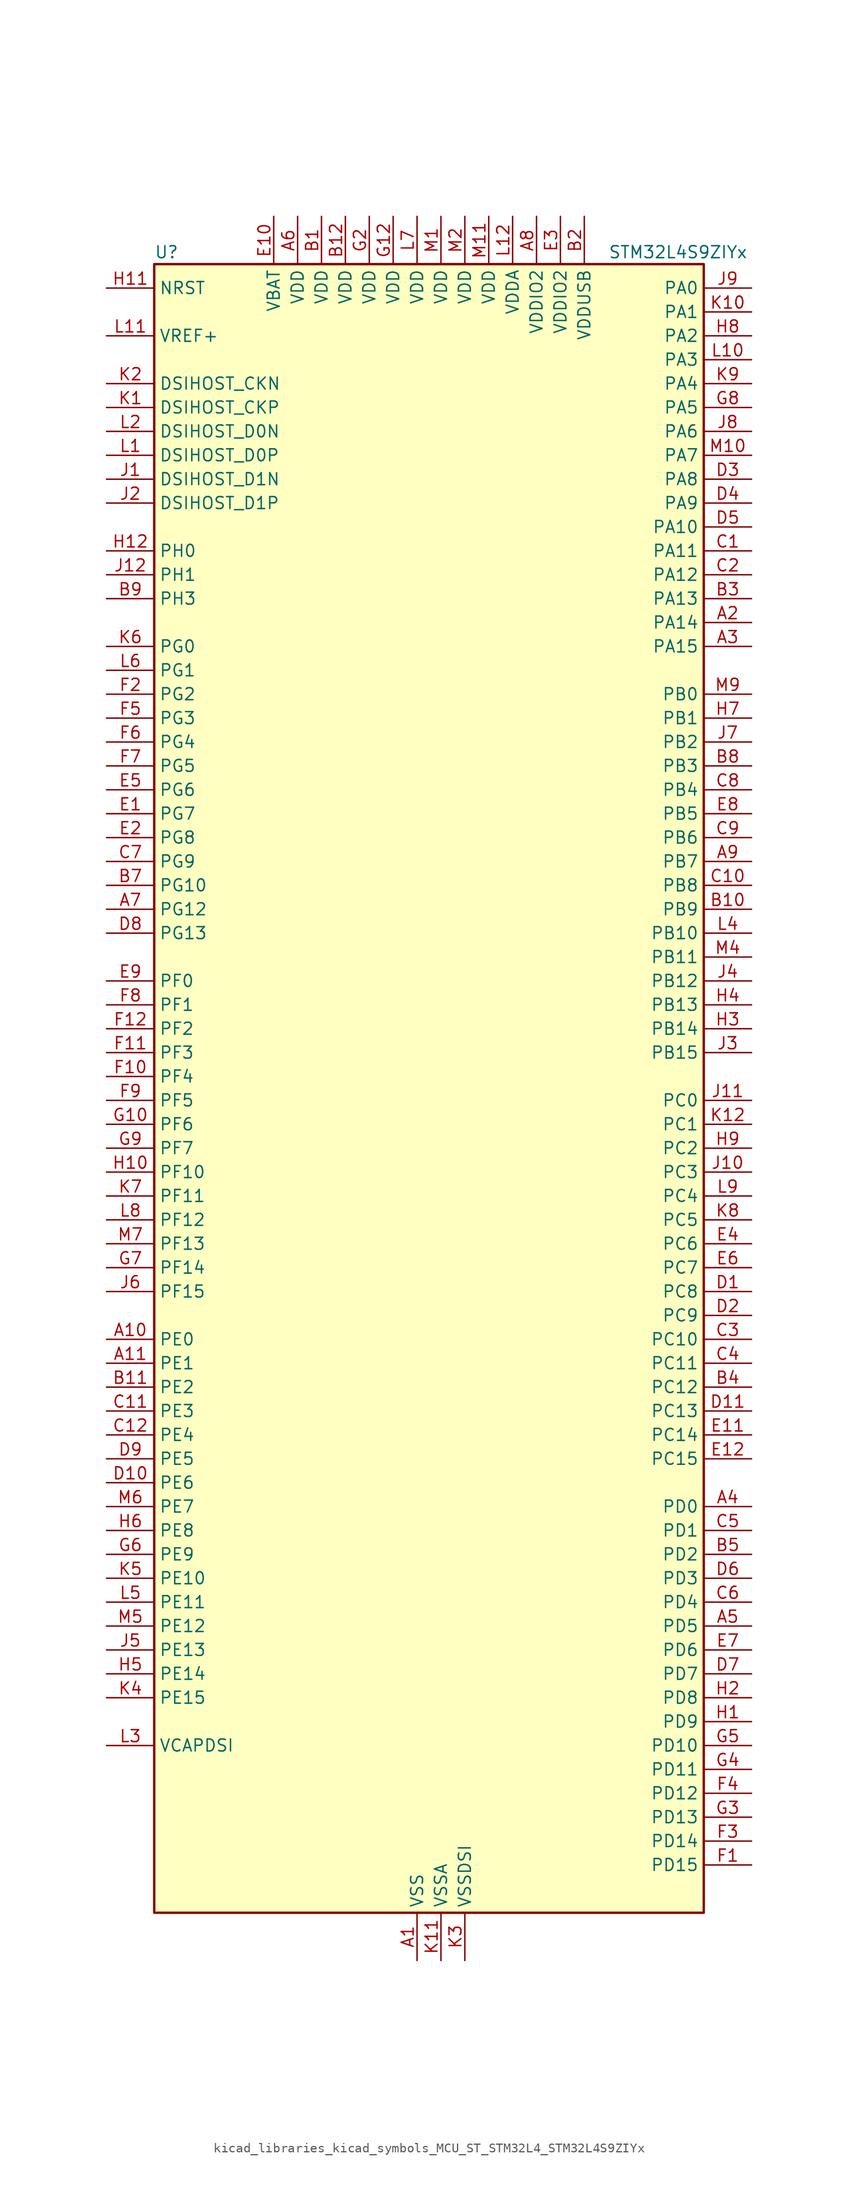
<source format=kicad_sym>
(kicad_symbol_lib
  (version 20220914)
  (generator kicad_symbol_editor)
  (symbol "kicad_libraries_kicad_symbols_MCU_ST_STM32L4_STM32L4S9ZIYx"
    (property "Reference" "U"
      (at -27.94 90.17 0)
      (effects (font (size 1.27 1.27)) (justify left)))
    (property "Value" "STM32L4S9ZIYx"
      (at 20.32 90.17 0)
      (effects (font (size 1.27 1.27)) (justify left)))
    (property "ki_locked" ""
      (at 0 0 0)
      (effects (font (size 1.27 1.27))))
    (symbol "kicad_libraries_kicad_symbols_MCU_ST_STM32L4_STM32L4S9ZIYx_0_1"
      (rectangle (start -27.94 -86.36) (end 30.48 88.9) (stroke (width 0.254) (type default)) (fill (type background))))
    (symbol "kicad_libraries_kicad_symbols_MCU_ST_STM32L4_STM32L4S9ZIYx_1_1"
      (pin power_in line (at 0 -91.44 90) (length 5.08) (name "VSS" (effects (font (size 1.27 1.27)))) (number "A1" (effects (font (size 1.27 1.27)))))
      (pin bidirectional line (at -33.02 -25.4 0) (length 5.08) (name "PE0" (effects (font (size 1.27 1.27)))) (number "A10" (effects (font (size 1.27 1.27)))) (alternate "DCMI_D2" bidirectional line) (alternate "FMC_NBL0" bidirectional line) (alternate "LTDC_HSYNC" bidirectional line) (alternate "TIM16_CH1" bidirectional line) (alternate "TIM4_ETR" bidirectional line))
      (pin bidirectional line (at -33.02 -27.94 0) (length 5.08) (name "PE1" (effects (font (size 1.27 1.27)))) (number "A11" (effects (font (size 1.27 1.27)))) (alternate "DCMI_D3" bidirectional line) (alternate "FMC_NBL1" bidirectional line) (alternate "LTDC_VSYNC" bidirectional line) (alternate "TIM17_CH1" bidirectional line))
      (pin passive line (at 0 -91.44 90) (length 5.08) hide (name "VSS" (effects (font (size 1.27 1.27)))) (number "A12" (effects (font (size 1.27 1.27)))))
      (pin bidirectional line (at 35.56 50.8 180) (length 5.08) (name "PA14" (effects (font (size 1.27 1.27)))) (number "A2" (effects (font (size 1.27 1.27)))) (alternate "I2C1_SMBA" bidirectional line) (alternate "I2C4_SMBA" bidirectional line) (alternate "LPTIM1_OUT" bidirectional line) (alternate "SAI1_FS_B" bidirectional line) (alternate "SYS_JTCK-SWCLK" bidirectional line) (alternate "USB_OTG_FS_SOF" bidirectional line))
      (pin bidirectional line (at 35.56 48.26 180) (length 5.08) (name "PA15" (effects (font (size 1.27 1.27)))) (number "A3" (effects (font (size 1.27 1.27)))) (alternate "ADC1_EXTI15" bidirectional line) (alternate "SAI2_FS_B" bidirectional line) (alternate "SPI1_NSS" bidirectional line) (alternate "SPI3_NSS" bidirectional line) (alternate "SYS_JTDI" bidirectional line) (alternate "TIM2_CH1" bidirectional line) (alternate "TIM2_ETR" bidirectional line) (alternate "TSC_G3_IO1" bidirectional line) (alternate "UART4_DE" bidirectional line) (alternate "UART4_RTS" bidirectional line) (alternate "USART2_RX" bidirectional line) (alternate "USART3_DE" bidirectional line) (alternate "USART3_RTS" bidirectional line))
      (pin bidirectional line (at 35.56 -43.18 180) (length 5.08) (name "PD0" (effects (font (size 1.27 1.27)))) (number "A4" (effects (font (size 1.27 1.27)))) (alternate "CAN1_RX" bidirectional line) (alternate "DFSDM1_DATIN7" bidirectional line) (alternate "FMC_D2" bidirectional line) (alternate "FMC_DA2" bidirectional line) (alternate "LTDC_B4" bidirectional line) (alternate "SPI2_NSS" bidirectional line))
      (pin bidirectional line (at 35.56 -55.88 180) (length 5.08) (name "PD5" (effects (font (size 1.27 1.27)))) (number "A5" (effects (font (size 1.27 1.27)))) (alternate "FMC_NWE" bidirectional line) (alternate "OCTOSPIM_P1_IO5" bidirectional line) (alternate "USART2_TX" bidirectional line))
      (pin power_in line (at -12.7 93.98 270) (length 5.08) (name "VDD" (effects (font (size 1.27 1.27)))) (number "A6" (effects (font (size 1.27 1.27)))))
      (pin bidirectional line (at -33.02 20.32 0) (length 5.08) (name "PG12" (effects (font (size 1.27 1.27)))) (number "A7" (effects (font (size 1.27 1.27)))) (alternate "FMC_NE4" bidirectional line) (alternate "LPTIM1_ETR" bidirectional line) (alternate "OCTOSPIM_P2_NCS" bidirectional line) (alternate "SAI2_SD_A" bidirectional line) (alternate "SPI3_NSS" bidirectional line) (alternate "USART1_DE" bidirectional line) (alternate "USART1_RTS" bidirectional line))
      (pin power_in line (at 12.7 93.98 270) (length 5.08) (name "VDDIO2" (effects (font (size 1.27 1.27)))) (number "A8" (effects (font (size 1.27 1.27)))))
      (pin bidirectional line (at 35.56 25.4 180) (length 5.08) (name "PB7" (effects (font (size 1.27 1.27)))) (number "A9" (effects (font (size 1.27 1.27)))) (alternate "COMP2_INM" bidirectional line) (alternate "DCMI_VSYNC" bidirectional line) (alternate "DFSDM1_CKIN5" bidirectional line) (alternate "DSIHOST_TE" bidirectional line) (alternate "FMC_NL" bidirectional line) (alternate "I2C1_SDA" bidirectional line) (alternate "I2C4_SDA" bidirectional line) (alternate "LPTIM1_IN2" bidirectional line) (alternate "SYS_PVD_IN" bidirectional line) (alternate "TIM17_CH1N" bidirectional line) (alternate "TIM4_CH2" bidirectional line) (alternate "TIM8_BKIN" bidirectional line) (alternate "TSC_G2_IO4" bidirectional line) (alternate "UART4_CTS" bidirectional line) (alternate "USART1_RX" bidirectional line))
      (pin power_in line (at -10.16 93.98 270) (length 5.08) (name "VDD" (effects (font (size 1.27 1.27)))) (number "B1" (effects (font (size 1.27 1.27)))))
      (pin bidirectional line (at 35.56 20.32 180) (length 5.08) (name "PB9" (effects (font (size 1.27 1.27)))) (number "B10" (effects (font (size 1.27 1.27)))) (alternate "CAN1_TX" bidirectional line) (alternate "DAC1_EXTI9" bidirectional line) (alternate "DCMI_D7" bidirectional line) (alternate "DFSDM1_CKIN6" bidirectional line) (alternate "I2C1_SDA" bidirectional line) (alternate "IR_OUT" bidirectional line) (alternate "SAI1_D2" bidirectional line) (alternate "SAI1_FS_A" bidirectional line) (alternate "SDMMC1_CDIR" bidirectional line) (alternate "SDMMC1_D5" bidirectional line) (alternate "SPI2_NSS" bidirectional line) (alternate "TIM17_CH1" bidirectional line) (alternate "TIM4_CH4" bidirectional line))
      (pin bidirectional line (at -33.02 -30.48 0) (length 5.08) (name "PE2" (effects (font (size 1.27 1.27)))) (number "B11" (effects (font (size 1.27 1.27)))) (alternate "FMC_A23" bidirectional line) (alternate "LTDC_R0" bidirectional line) (alternate "SAI1_CK1" bidirectional line) (alternate "SAI1_MCLK_A" bidirectional line) (alternate "SYS_TRACECLK" bidirectional line) (alternate "TIM3_ETR" bidirectional line) (alternate "TSC_G7_IO1" bidirectional line))
      (pin power_in line (at -7.62 93.98 270) (length 5.08) (name "VDD" (effects (font (size 1.27 1.27)))) (number "B12" (effects (font (size 1.27 1.27)))))
      (pin power_in line (at 17.78 93.98 270) (length 5.08) (name "VDDUSB" (effects (font (size 1.27 1.27)))) (number "B2" (effects (font (size 1.27 1.27)))))
      (pin bidirectional line (at 35.56 53.34 180) (length 5.08) (name "PA13" (effects (font (size 1.27 1.27)))) (number "B3" (effects (font (size 1.27 1.27)))) (alternate "IR_OUT" bidirectional line) (alternate "SAI1_SD_B" bidirectional line) (alternate "SYS_JTMS-SWDIO" bidirectional line) (alternate "USB_OTG_FS_NOE" bidirectional line))
      (pin bidirectional line (at 35.56 -30.48 180) (length 5.08) (name "PC12" (effects (font (size 1.27 1.27)))) (number "B4" (effects (font (size 1.27 1.27)))) (alternate "DCMI_D9" bidirectional line) (alternate "SAI2_SD_B" bidirectional line) (alternate "SDMMC1_CK" bidirectional line) (alternate "SPI3_MOSI" bidirectional line) (alternate "SYS_TRACED3" bidirectional line) (alternate "TSC_G3_IO4" bidirectional line) (alternate "UART5_TX" bidirectional line) (alternate "USART3_CK" bidirectional line))
      (pin bidirectional line (at 35.56 -48.26 180) (length 5.08) (name "PD2" (effects (font (size 1.27 1.27)))) (number "B5" (effects (font (size 1.27 1.27)))) (alternate "DCMI_D11" bidirectional line) (alternate "SDMMC1_CMD" bidirectional line) (alternate "SYS_TRACED2" bidirectional line) (alternate "TIM3_ETR" bidirectional line) (alternate "TSC_SYNC" bidirectional line) (alternate "UART5_RX" bidirectional line) (alternate "USART3_DE" bidirectional line) (alternate "USART3_RTS" bidirectional line))
      (pin passive line (at 0 -91.44 90) (length 5.08) hide (name "VSS" (effects (font (size 1.27 1.27)))) (number "B6" (effects (font (size 1.27 1.27)))))
      (pin bidirectional line (at -33.02 22.86 0) (length 5.08) (name "PG10" (effects (font (size 1.27 1.27)))) (number "B7" (effects (font (size 1.27 1.27)))) (alternate "FMC_NE3" bidirectional line) (alternate "LPTIM1_IN1" bidirectional line) (alternate "OCTOSPIM_P2_IO7" bidirectional line) (alternate "SAI2_FS_A" bidirectional line) (alternate "SPI3_MISO" bidirectional line) (alternate "TIM15_CH1" bidirectional line) (alternate "USART1_RX" bidirectional line))
      (pin bidirectional line (at 35.56 35.56 180) (length 5.08) (name "PB3" (effects (font (size 1.27 1.27)))) (number "B8" (effects (font (size 1.27 1.27)))) (alternate "COMP2_INM" bidirectional line) (alternate "CRS_SYNC" bidirectional line) (alternate "SAI1_SCK_B" bidirectional line) (alternate "SPI1_SCK" bidirectional line) (alternate "SPI3_SCK" bidirectional line) (alternate "SYS_JTDO-SWO" bidirectional line) (alternate "TIM2_CH2" bidirectional line) (alternate "USART1_DE" bidirectional line) (alternate "USART1_RTS" bidirectional line))
      (pin bidirectional line (at -33.02 53.34 0) (length 5.08) (name "PH3" (effects (font (size 1.27 1.27)))) (number "B9" (effects (font (size 1.27 1.27)))))
      (pin bidirectional line (at 35.56 58.42 180) (length 5.08) (name "PA11" (effects (font (size 1.27 1.27)))) (number "C1" (effects (font (size 1.27 1.27)))) (alternate "ADC1_EXTI11" bidirectional line) (alternate "CAN1_RX" bidirectional line) (alternate "SPI1_MISO" bidirectional line) (alternate "TIM1_BKIN2" bidirectional line) (alternate "TIM1_CH4" bidirectional line) (alternate "USART1_CTS" bidirectional line) (alternate "USART1_NSS" bidirectional line) (alternate "USB_OTG_FS_DM" bidirectional line))
      (pin bidirectional line (at 35.56 22.86 180) (length 5.08) (name "PB8" (effects (font (size 1.27 1.27)))) (number "C10" (effects (font (size 1.27 1.27)))) (alternate "CAN1_RX" bidirectional line) (alternate "DCMI_D6" bidirectional line) (alternate "DFSDM1_CKOUT" bidirectional line) (alternate "DFSDM1_DATIN6" bidirectional line) (alternate "I2C1_SCL" bidirectional line) (alternate "LTDC_B1" bidirectional line) (alternate "SAI1_CK1" bidirectional line) (alternate "SAI1_MCLK_A" bidirectional line) (alternate "SDMMC1_CKIN" bidirectional line) (alternate "SDMMC1_D4" bidirectional line) (alternate "TIM16_CH1" bidirectional line) (alternate "TIM4_CH3" bidirectional line))
      (pin bidirectional line (at -33.02 -33.02 0) (length 5.08) (name "PE3" (effects (font (size 1.27 1.27)))) (number "C11" (effects (font (size 1.27 1.27)))) (alternate "FMC_A19" bidirectional line) (alternate "LTDC_R1" bidirectional line) (alternate "OCTOSPIM_P1_DQS" bidirectional line) (alternate "SAI1_SD_B" bidirectional line) (alternate "SYS_TRACED0" bidirectional line) (alternate "TIM3_CH1" bidirectional line) (alternate "TSC_G7_IO2" bidirectional line))
      (pin bidirectional line (at -33.02 -35.56 0) (length 5.08) (name "PE4" (effects (font (size 1.27 1.27)))) (number "C12" (effects (font (size 1.27 1.27)))) (alternate "DCMI_D4" bidirectional line) (alternate "DFSDM1_DATIN3" bidirectional line) (alternate "FMC_A20" bidirectional line) (alternate "LTDC_B0" bidirectional line) (alternate "SAI1_D2" bidirectional line) (alternate "SAI1_FS_A" bidirectional line) (alternate "SYS_TRACED1" bidirectional line) (alternate "TIM3_CH2" bidirectional line) (alternate "TSC_G7_IO3" bidirectional line))
      (pin bidirectional line (at 35.56 55.88 180) (length 5.08) (name "PA12" (effects (font (size 1.27 1.27)))) (number "C2" (effects (font (size 1.27 1.27)))) (alternate "CAN1_TX" bidirectional line) (alternate "SPI1_MOSI" bidirectional line) (alternate "TIM1_ETR" bidirectional line) (alternate "USART1_DE" bidirectional line) (alternate "USART1_RTS" bidirectional line) (alternate "USB_OTG_FS_DP" bidirectional line))
      (pin bidirectional line (at 35.56 -25.4 180) (length 5.08) (name "PC10" (effects (font (size 1.27 1.27)))) (number "C3" (effects (font (size 1.27 1.27)))) (alternate "DCMI_D8" bidirectional line) (alternate "SAI2_SCK_B" bidirectional line) (alternate "SDMMC1_D2" bidirectional line) (alternate "SPI3_SCK" bidirectional line) (alternate "SYS_TRACED1" bidirectional line) (alternate "TSC_G3_IO2" bidirectional line) (alternate "UART4_TX" bidirectional line) (alternate "USART3_TX" bidirectional line))
      (pin bidirectional line (at 35.56 -27.94 180) (length 5.08) (name "PC11" (effects (font (size 1.27 1.27)))) (number "C4" (effects (font (size 1.27 1.27)))) (alternate "ADC1_EXTI11" bidirectional line) (alternate "DCMI_D2" bidirectional line) (alternate "DCMI_D4" bidirectional line) (alternate "OCTOSPIM_P1_NCS" bidirectional line) (alternate "SAI2_MCLK_B" bidirectional line) (alternate "SDMMC1_D3" bidirectional line) (alternate "SPI3_MISO" bidirectional line) (alternate "TSC_G3_IO3" bidirectional line) (alternate "UART4_RX" bidirectional line) (alternate "USART3_RX" bidirectional line))
      (pin bidirectional line (at 35.56 -45.72 180) (length 5.08) (name "PD1" (effects (font (size 1.27 1.27)))) (number "C5" (effects (font (size 1.27 1.27)))) (alternate "CAN1_TX" bidirectional line) (alternate "DFSDM1_CKIN7" bidirectional line) (alternate "FMC_D3" bidirectional line) (alternate "FMC_DA3" bidirectional line) (alternate "LTDC_B5" bidirectional line) (alternate "SPI2_SCK" bidirectional line))
      (pin bidirectional line (at 35.56 -53.34 180) (length 5.08) (name "PD4" (effects (font (size 1.27 1.27)))) (number "C6" (effects (font (size 1.27 1.27)))) (alternate "DFSDM1_CKIN0" bidirectional line) (alternate "FMC_NOE" bidirectional line) (alternate "OCTOSPIM_P1_IO4" bidirectional line) (alternate "SPI2_MOSI" bidirectional line) (alternate "USART2_DE" bidirectional line) (alternate "USART2_RTS" bidirectional line))
      (pin bidirectional line (at -33.02 25.4 0) (length 5.08) (name "PG9" (effects (font (size 1.27 1.27)))) (number "C7" (effects (font (size 1.27 1.27)))) (alternate "DAC1_EXTI9" bidirectional line) (alternate "FMC_NCE" bidirectional line) (alternate "FMC_NE2" bidirectional line) (alternate "OCTOSPIM_P2_IO6" bidirectional line) (alternate "SAI2_SCK_A" bidirectional line) (alternate "SPI3_SCK" bidirectional line) (alternate "TIM15_CH1N" bidirectional line) (alternate "USART1_TX" bidirectional line))
      (pin bidirectional line (at 35.56 33.02 180) (length 5.08) (name "PB4" (effects (font (size 1.27 1.27)))) (number "C8" (effects (font (size 1.27 1.27)))) (alternate "COMP2_INP" bidirectional line) (alternate "DCMI_D12" bidirectional line) (alternate "I2C3_SDA" bidirectional line) (alternate "SAI1_MCLK_B" bidirectional line) (alternate "SPI1_MISO" bidirectional line) (alternate "SPI3_MISO" bidirectional line) (alternate "SYS_JTRST" bidirectional line) (alternate "TIM17_BKIN" bidirectional line) (alternate "TIM3_CH1" bidirectional line) (alternate "TSC_G2_IO1" bidirectional line) (alternate "UART5_DE" bidirectional line) (alternate "UART5_RTS" bidirectional line) (alternate "USART1_CTS" bidirectional line) (alternate "USART1_NSS" bidirectional line))
      (pin bidirectional line (at 35.56 27.94 180) (length 5.08) (name "PB6" (effects (font (size 1.27 1.27)))) (number "C9" (effects (font (size 1.27 1.27)))) (alternate "COMP2_INP" bidirectional line) (alternate "DCMI_D5" bidirectional line) (alternate "DFSDM1_DATIN5" bidirectional line) (alternate "I2C1_SCL" bidirectional line) (alternate "I2C4_SCL" bidirectional line) (alternate "LPTIM1_ETR" bidirectional line) (alternate "SAI1_FS_B" bidirectional line) (alternate "TIM16_CH1N" bidirectional line) (alternate "TIM4_CH1" bidirectional line) (alternate "TIM8_BKIN2" bidirectional line) (alternate "TSC_G2_IO3" bidirectional line) (alternate "USART1_TX" bidirectional line))
      (pin bidirectional line (at 35.56 -20.32 180) (length 5.08) (name "PC8" (effects (font (size 1.27 1.27)))) (number "D1" (effects (font (size 1.27 1.27)))) (alternate "DCMI_D2" bidirectional line) (alternate "SDMMC1_D0" bidirectional line) (alternate "TIM3_CH3" bidirectional line) (alternate "TIM8_CH3" bidirectional line) (alternate "TSC_G4_IO3" bidirectional line))
      (pin bidirectional line (at -33.02 -40.64 0) (length 5.08) (name "PE6" (effects (font (size 1.27 1.27)))) (number "D10" (effects (font (size 1.27 1.27)))) (alternate "DCMI_D7" bidirectional line) (alternate "FMC_A22" bidirectional line) (alternate "LTDC_G1" bidirectional line) (alternate "RTC_TAMP3" bidirectional line) (alternate "SAI1_D1" bidirectional line) (alternate "SAI1_SD_A" bidirectional line) (alternate "SYS_TRACED3" bidirectional line) (alternate "SYS_WKUP3" bidirectional line) (alternate "TIM3_CH4" bidirectional line))
      (pin bidirectional line (at 35.56 -33.02 180) (length 5.08) (name "PC13" (effects (font (size 1.27 1.27)))) (number "D11" (effects (font (size 1.27 1.27)))) (alternate "RTC_OUT_ALARM" bidirectional line) (alternate "RTC_OUT_CALIB" bidirectional line) (alternate "RTC_TAMP1" bidirectional line) (alternate "RTC_TS" bidirectional line) (alternate "SYS_WKUP2" bidirectional line))
      (pin passive line (at 0 -91.44 90) (length 5.08) hide (name "VSS" (effects (font (size 1.27 1.27)))) (number "D12" (effects (font (size 1.27 1.27)))))
      (pin bidirectional line (at 35.56 -22.86 180) (length 5.08) (name "PC9" (effects (font (size 1.27 1.27)))) (number "D2" (effects (font (size 1.27 1.27)))) (alternate "DAC1_EXTI9" bidirectional line) (alternate "DCMI_D3" bidirectional line) (alternate "I2C3_SDA" bidirectional line) (alternate "SAI2_EXTCLK" bidirectional line) (alternate "SDMMC1_D1" bidirectional line) (alternate "SYS_TRACED0" bidirectional line) (alternate "TIM3_CH4" bidirectional line) (alternate "TIM8_BKIN2" bidirectional line) (alternate "TIM8_CH4" bidirectional line) (alternate "TSC_G4_IO4" bidirectional line) (alternate "USB_OTG_FS_NOE" bidirectional line))
      (pin bidirectional line (at 35.56 66.04 180) (length 5.08) (name "PA8" (effects (font (size 1.27 1.27)))) (number "D3" (effects (font (size 1.27 1.27)))) (alternate "LPTIM2_OUT" bidirectional line) (alternate "RCC_MCO" bidirectional line) (alternate "SAI1_CK2" bidirectional line) (alternate "SAI1_SCK_A" bidirectional line) (alternate "TIM1_CH1" bidirectional line) (alternate "USART1_CK" bidirectional line) (alternate "USB_OTG_FS_SOF" bidirectional line))
      (pin bidirectional line (at 35.56 63.5 180) (length 5.08) (name "PA9" (effects (font (size 1.27 1.27)))) (number "D4" (effects (font (size 1.27 1.27)))) (alternate "DAC1_EXTI9" bidirectional line) (alternate "DCMI_D0" bidirectional line) (alternate "SAI1_FS_A" bidirectional line) (alternate "SPI2_SCK" bidirectional line) (alternate "TIM15_BKIN" bidirectional line) (alternate "TIM1_CH2" bidirectional line) (alternate "USART1_TX" bidirectional line) (alternate "USB_OTG_FS_VBUS" bidirectional line))
      (pin bidirectional line (at 35.56 60.96 180) (length 5.08) (name "PA10" (effects (font (size 1.27 1.27)))) (number "D5" (effects (font (size 1.27 1.27)))) (alternate "DCMI_D1" bidirectional line) (alternate "SAI1_D1" bidirectional line) (alternate "SAI1_SD_A" bidirectional line) (alternate "TIM17_BKIN" bidirectional line) (alternate "TIM1_CH3" bidirectional line) (alternate "USART1_RX" bidirectional line) (alternate "USB_OTG_FS_ID" bidirectional line))
      (pin bidirectional line (at 35.56 -50.8 180) (length 5.08) (name "PD3" (effects (font (size 1.27 1.27)))) (number "D6" (effects (font (size 1.27 1.27)))) (alternate "DCMI_D5" bidirectional line) (alternate "DFSDM1_DATIN0" bidirectional line) (alternate "FMC_CLK" bidirectional line) (alternate "LTDC_CLK" bidirectional line) (alternate "OCTOSPIM_P2_NCS" bidirectional line) (alternate "SPI2_MISO" bidirectional line) (alternate "SPI2_SCK" bidirectional line) (alternate "USART2_CTS" bidirectional line) (alternate "USART2_NSS" bidirectional line))
      (pin bidirectional line (at 35.56 -60.96 180) (length 5.08) (name "PD7" (effects (font (size 1.27 1.27)))) (number "D7" (effects (font (size 1.27 1.27)))) (alternate "DFSDM1_CKIN1" bidirectional line) (alternate "FMC_NCE" bidirectional line) (alternate "FMC_NE1" bidirectional line) (alternate "OCTOSPIM_P1_IO7" bidirectional line) (alternate "USART2_CK" bidirectional line))
      (pin bidirectional line (at -33.02 17.78 0) (length 5.08) (name "PG13" (effects (font (size 1.27 1.27)))) (number "D8" (effects (font (size 1.27 1.27)))) (alternate "FMC_A24" bidirectional line) (alternate "I2C1_SDA" bidirectional line) (alternate "LTDC_R0" bidirectional line) (alternate "USART1_CK" bidirectional line))
      (pin bidirectional line (at -33.02 -38.1 0) (length 5.08) (name "PE5" (effects (font (size 1.27 1.27)))) (number "D9" (effects (font (size 1.27 1.27)))) (alternate "DCMI_D6" bidirectional line) (alternate "DFSDM1_CKIN3" bidirectional line) (alternate "FMC_A21" bidirectional line) (alternate "LTDC_G0" bidirectional line) (alternate "SAI1_CK2" bidirectional line) (alternate "SAI1_SCK_A" bidirectional line) (alternate "SYS_TRACED2" bidirectional line) (alternate "TIM3_CH3" bidirectional line) (alternate "TSC_G7_IO4" bidirectional line))
      (pin bidirectional line (at -33.02 30.48 0) (length 5.08) (name "PG7" (effects (font (size 1.27 1.27)))) (number "E1" (effects (font (size 1.27 1.27)))) (alternate "DFSDM1_CKOUT" bidirectional line) (alternate "FMC_INT" bidirectional line) (alternate "I2C3_SCL" bidirectional line) (alternate "LPUART1_TX" bidirectional line) (alternate "OCTOSPIM_P2_DQS" bidirectional line) (alternate "SAI1_CK1" bidirectional line) (alternate "SAI1_MCLK_A" bidirectional line))
      (pin power_in line (at -15.24 93.98 270) (length 5.08) (name "VBAT" (effects (font (size 1.27 1.27)))) (number "E10" (effects (font (size 1.27 1.27)))))
      (pin bidirectional line (at 35.56 -35.56 180) (length 5.08) (name "PC14" (effects (font (size 1.27 1.27)))) (number "E11" (effects (font (size 1.27 1.27)))) (alternate "RCC_OSC32_IN" bidirectional line))
      (pin bidirectional line (at 35.56 -38.1 180) (length 5.08) (name "PC15" (effects (font (size 1.27 1.27)))) (number "E12" (effects (font (size 1.27 1.27)))) (alternate "ADC1_EXTI15" bidirectional line) (alternate "RCC_OSC32_OUT" bidirectional line))
      (pin bidirectional line (at -33.02 27.94 0) (length 5.08) (name "PG8" (effects (font (size 1.27 1.27)))) (number "E2" (effects (font (size 1.27 1.27)))) (alternate "I2C3_SDA" bidirectional line) (alternate "LPUART1_RX" bidirectional line))
      (pin power_in line (at 15.24 93.98 270) (length 5.08) (name "VDDIO2" (effects (font (size 1.27 1.27)))) (number "E3" (effects (font (size 1.27 1.27)))))
      (pin bidirectional line (at 35.56 -15.24 180) (length 5.08) (name "PC6" (effects (font (size 1.27 1.27)))) (number "E4" (effects (font (size 1.27 1.27)))) (alternate "DCMI_D0" bidirectional line) (alternate "DFSDM1_CKIN3" bidirectional line) (alternate "LTDC_R0" bidirectional line) (alternate "SAI2_MCLK_A" bidirectional line) (alternate "SDMMC1_D0DIR" bidirectional line) (alternate "SDMMC1_D6" bidirectional line) (alternate "TIM3_CH1" bidirectional line) (alternate "TIM8_CH1" bidirectional line) (alternate "TSC_G4_IO1" bidirectional line))
      (pin bidirectional line (at -33.02 33.02 0) (length 5.08) (name "PG6" (effects (font (size 1.27 1.27)))) (number "E5" (effects (font (size 1.27 1.27)))) (alternate "DSIHOST_TE" bidirectional line) (alternate "I2C3_SMBA" bidirectional line) (alternate "LPUART1_DE" bidirectional line) (alternate "LPUART1_RTS" bidirectional line) (alternate "LTDC_R1" bidirectional line) (alternate "OCTOSPIM_P1_DQS" bidirectional line))
      (pin bidirectional line (at 35.56 -17.78 180) (length 5.08) (name "PC7" (effects (font (size 1.27 1.27)))) (number "E6" (effects (font (size 1.27 1.27)))) (alternate "DCMI_D1" bidirectional line) (alternate "DFSDM1_DATIN3" bidirectional line) (alternate "LTDC_R1" bidirectional line) (alternate "SAI2_MCLK_B" bidirectional line) (alternate "SDMMC1_D123DIR" bidirectional line) (alternate "SDMMC1_D7" bidirectional line) (alternate "TIM3_CH2" bidirectional line) (alternate "TIM8_CH2" bidirectional line) (alternate "TSC_G4_IO2" bidirectional line))
      (pin bidirectional line (at 35.56 -58.42 180) (length 5.08) (name "PD6" (effects (font (size 1.27 1.27)))) (number "E7" (effects (font (size 1.27 1.27)))) (alternate "DCMI_D10" bidirectional line) (alternate "DFSDM1_DATIN1" bidirectional line) (alternate "FMC_NWAIT" bidirectional line) (alternate "LTDC_DE" bidirectional line) (alternate "OCTOSPIM_P1_IO6" bidirectional line) (alternate "SAI1_D1" bidirectional line) (alternate "SAI1_SD_A" bidirectional line) (alternate "SPI3_MOSI" bidirectional line) (alternate "USART2_RX" bidirectional line))
      (pin bidirectional line (at 35.56 30.48 180) (length 5.08) (name "PB5" (effects (font (size 1.27 1.27)))) (number "E8" (effects (font (size 1.27 1.27)))) (alternate "COMP2_OUT" bidirectional line) (alternate "DCMI_D10" bidirectional line) (alternate "I2C1_SMBA" bidirectional line) (alternate "LPTIM1_IN1" bidirectional line) (alternate "SAI1_SD_B" bidirectional line) (alternate "SPI1_MOSI" bidirectional line) (alternate "SPI3_MOSI" bidirectional line) (alternate "TIM16_BKIN" bidirectional line) (alternate "TIM3_CH2" bidirectional line) (alternate "TSC_G2_IO2" bidirectional line) (alternate "UART5_CTS" bidirectional line) (alternate "USART1_CK" bidirectional line))
      (pin bidirectional line (at -33.02 12.7 0) (length 5.08) (name "PF0" (effects (font (size 1.27 1.27)))) (number "E9" (effects (font (size 1.27 1.27)))) (alternate "FMC_A0" bidirectional line) (alternate "I2C2_SDA" bidirectional line) (alternate "OCTOSPIM_P2_IO0" bidirectional line))
      (pin bidirectional line (at 35.56 -81.28 180) (length 5.08) (name "PD15" (effects (font (size 1.27 1.27)))) (number "F1" (effects (font (size 1.27 1.27)))) (alternate "ADC1_EXTI15" bidirectional line) (alternate "FMC_D1" bidirectional line) (alternate "FMC_DA1" bidirectional line) (alternate "LTDC_B3" bidirectional line) (alternate "TIM4_CH4" bidirectional line))
      (pin bidirectional line (at -33.02 2.54 0) (length 5.08) (name "PF4" (effects (font (size 1.27 1.27)))) (number "F10" (effects (font (size 1.27 1.27)))) (alternate "FMC_A4" bidirectional line) (alternate "OCTOSPIM_P2_CLK" bidirectional line))
      (pin bidirectional line (at -33.02 5.08 0) (length 5.08) (name "PF3" (effects (font (size 1.27 1.27)))) (number "F11" (effects (font (size 1.27 1.27)))) (alternate "FMC_A3" bidirectional line) (alternate "OCTOSPIM_P2_IO3" bidirectional line))
      (pin bidirectional line (at -33.02 7.62 0) (length 5.08) (name "PF2" (effects (font (size 1.27 1.27)))) (number "F12" (effects (font (size 1.27 1.27)))) (alternate "FMC_A2" bidirectional line) (alternate "I2C2_SMBA" bidirectional line) (alternate "OCTOSPIM_P2_IO2" bidirectional line))
      (pin bidirectional line (at -33.02 43.18 0) (length 5.08) (name "PG2" (effects (font (size 1.27 1.27)))) (number "F2" (effects (font (size 1.27 1.27)))) (alternate "FMC_A12" bidirectional line) (alternate "SAI2_SCK_B" bidirectional line) (alternate "SPI1_SCK" bidirectional line))
      (pin bidirectional line (at 35.56 -78.74 180) (length 5.08) (name "PD14" (effects (font (size 1.27 1.27)))) (number "F3" (effects (font (size 1.27 1.27)))) (alternate "FMC_D0" bidirectional line) (alternate "FMC_DA0" bidirectional line) (alternate "LTDC_B2" bidirectional line) (alternate "TIM4_CH3" bidirectional line))
      (pin bidirectional line (at 35.56 -73.66 180) (length 5.08) (name "PD12" (effects (font (size 1.27 1.27)))) (number "F4" (effects (font (size 1.27 1.27)))) (alternate "FMC_A17" bidirectional line) (alternate "FMC_ALE" bidirectional line) (alternate "I2C4_SCL" bidirectional line) (alternate "LPTIM2_IN1" bidirectional line) (alternate "LTDC_R7" bidirectional line) (alternate "SAI2_FS_A" bidirectional line) (alternate "TIM4_CH1" bidirectional line) (alternate "TSC_G6_IO3" bidirectional line) (alternate "USART3_DE" bidirectional line) (alternate "USART3_RTS" bidirectional line))
      (pin bidirectional line (at -33.02 40.64 0) (length 5.08) (name "PG3" (effects (font (size 1.27 1.27)))) (number "F5" (effects (font (size 1.27 1.27)))) (alternate "FMC_A13" bidirectional line) (alternate "SAI2_FS_B" bidirectional line) (alternate "SPI1_MISO" bidirectional line))
      (pin bidirectional line (at -33.02 38.1 0) (length 5.08) (name "PG4" (effects (font (size 1.27 1.27)))) (number "F6" (effects (font (size 1.27 1.27)))) (alternate "FMC_A14" bidirectional line) (alternate "SAI2_MCLK_B" bidirectional line) (alternate "SPI1_MOSI" bidirectional line))
      (pin bidirectional line (at -33.02 35.56 0) (length 5.08) (name "PG5" (effects (font (size 1.27 1.27)))) (number "F7" (effects (font (size 1.27 1.27)))) (alternate "FMC_A15" bidirectional line) (alternate "LPUART1_CTS" bidirectional line) (alternate "SAI2_SD_B" bidirectional line) (alternate "SPI1_NSS" bidirectional line))
      (pin bidirectional line (at -33.02 10.16 0) (length 5.08) (name "PF1" (effects (font (size 1.27 1.27)))) (number "F8" (effects (font (size 1.27 1.27)))) (alternate "FMC_A1" bidirectional line) (alternate "I2C2_SCL" bidirectional line) (alternate "OCTOSPIM_P2_IO1" bidirectional line))
      (pin bidirectional line (at -33.02 0 0) (length 5.08) (name "PF5" (effects (font (size 1.27 1.27)))) (number "F9" (effects (font (size 1.27 1.27)))) (alternate "FMC_A5" bidirectional line))
      (pin passive line (at 0 -91.44 90) (length 5.08) hide (name "VSS" (effects (font (size 1.27 1.27)))) (number "G1" (effects (font (size 1.27 1.27)))))
      (pin bidirectional line (at -33.02 -2.54 0) (length 5.08) (name "PF6" (effects (font (size 1.27 1.27)))) (number "G10" (effects (font (size 1.27 1.27)))) (alternate "OCTOSPIM_P1_IO3" bidirectional line) (alternate "SAI1_SD_B" bidirectional line) (alternate "TIM5_CH1" bidirectional line) (alternate "TIM5_ETR" bidirectional line))
      (pin passive line (at 0 -91.44 90) (length 5.08) hide (name "VSS" (effects (font (size 1.27 1.27)))) (number "G11" (effects (font (size 1.27 1.27)))))
      (pin power_in line (at -2.54 93.98 270) (length 5.08) (name "VDD" (effects (font (size 1.27 1.27)))) (number "G12" (effects (font (size 1.27 1.27)))))
      (pin power_in line (at -5.08 93.98 270) (length 5.08) (name "VDD" (effects (font (size 1.27 1.27)))) (number "G2" (effects (font (size 1.27 1.27)))))
      (pin bidirectional line (at 35.56 -76.2 180) (length 5.08) (name "PD13" (effects (font (size 1.27 1.27)))) (number "G3" (effects (font (size 1.27 1.27)))) (alternate "FMC_A18" bidirectional line) (alternate "I2C4_SDA" bidirectional line) (alternate "LPTIM2_OUT" bidirectional line) (alternate "TIM4_CH2" bidirectional line) (alternate "TSC_G6_IO4" bidirectional line))
      (pin bidirectional line (at 35.56 -71.12 180) (length 5.08) (name "PD11" (effects (font (size 1.27 1.27)))) (number "G4" (effects (font (size 1.27 1.27)))) (alternate "ADC1_EXTI11" bidirectional line) (alternate "FMC_A16" bidirectional line) (alternate "FMC_CLE" bidirectional line) (alternate "I2C4_SMBA" bidirectional line) (alternate "LPTIM2_ETR" bidirectional line) (alternate "LTDC_R6" bidirectional line) (alternate "SAI2_SD_A" bidirectional line) (alternate "TSC_G6_IO2" bidirectional line) (alternate "USART3_CTS" bidirectional line) (alternate "USART3_NSS" bidirectional line))
      (pin bidirectional line (at 35.56 -68.58 180) (length 5.08) (name "PD10" (effects (font (size 1.27 1.27)))) (number "G5" (effects (font (size 1.27 1.27)))) (alternate "FMC_D15" bidirectional line) (alternate "FMC_DA15" bidirectional line) (alternate "LTDC_R5" bidirectional line) (alternate "SAI2_SCK_A" bidirectional line) (alternate "TSC_G6_IO1" bidirectional line) (alternate "USART3_CK" bidirectional line))
      (pin bidirectional line (at -33.02 -48.26 0) (length 5.08) (name "PE9" (effects (font (size 1.27 1.27)))) (number "G6" (effects (font (size 1.27 1.27)))) (alternate "DAC1_EXTI9" bidirectional line) (alternate "DFSDM1_CKOUT" bidirectional line) (alternate "FMC_D6" bidirectional line) (alternate "FMC_DA6" bidirectional line) (alternate "LTDC_G2" bidirectional line) (alternate "SAI1_FS_B" bidirectional line) (alternate "TIM1_CH1" bidirectional line))
      (pin bidirectional line (at -33.02 -17.78 0) (length 5.08) (name "PF14" (effects (font (size 1.27 1.27)))) (number "G7" (effects (font (size 1.27 1.27)))) (alternate "DFSDM1_CKIN6" bidirectional line) (alternate "FMC_A8" bidirectional line) (alternate "I2C4_SCL" bidirectional line) (alternate "LTDC_G0" bidirectional line) (alternate "TSC_G8_IO1" bidirectional line))
      (pin bidirectional line (at 35.56 73.66 180) (length 5.08) (name "PA5" (effects (font (size 1.27 1.27)))) (number "G8" (effects (font (size 1.27 1.27)))) (alternate "ADC1_IN10" bidirectional line) (alternate "DAC1_OUT2" bidirectional line) (alternate "LPTIM2_ETR" bidirectional line) (alternate "SPI1_SCK" bidirectional line) (alternate "TIM2_CH1" bidirectional line) (alternate "TIM2_ETR" bidirectional line) (alternate "TIM8_CH1N" bidirectional line))
      (pin bidirectional line (at -33.02 -5.08 0) (length 5.08) (name "PF7" (effects (font (size 1.27 1.27)))) (number "G9" (effects (font (size 1.27 1.27)))) (alternate "OCTOSPIM_P1_IO2" bidirectional line) (alternate "SAI1_MCLK_B" bidirectional line) (alternate "TIM5_CH2" bidirectional line))
      (pin bidirectional line (at 35.56 -66.04 180) (length 5.08) (name "PD9" (effects (font (size 1.27 1.27)))) (number "H1" (effects (font (size 1.27 1.27)))) (alternate "DAC1_EXTI9" bidirectional line) (alternate "DCMI_PIXCLK" bidirectional line) (alternate "FMC_D14" bidirectional line) (alternate "FMC_DA14" bidirectional line) (alternate "LTDC_R4" bidirectional line) (alternate "SAI2_MCLK_A" bidirectional line) (alternate "USART3_RX" bidirectional line))
      (pin bidirectional line (at -33.02 -7.62 0) (length 5.08) (name "PF10" (effects (font (size 1.27 1.27)))) (number "H10" (effects (font (size 1.27 1.27)))) (alternate "DCMI_D11" bidirectional line) (alternate "DFSDM1_CKOUT" bidirectional line) (alternate "OCTOSPIM_P1_CLK" bidirectional line) (alternate "SAI1_D3" bidirectional line) (alternate "TIM15_CH2" bidirectional line))
      (pin input line (at -33.02 86.36 0) (length 5.08) (name "NRST" (effects (font (size 1.27 1.27)))) (number "H11" (effects (font (size 1.27 1.27)))))
      (pin bidirectional line (at -33.02 58.42 0) (length 5.08) (name "PH0" (effects (font (size 1.27 1.27)))) (number "H12" (effects (font (size 1.27 1.27)))) (alternate "RCC_OSC_IN" bidirectional line))
      (pin bidirectional line (at 35.56 -63.5 180) (length 5.08) (name "PD8" (effects (font (size 1.27 1.27)))) (number "H2" (effects (font (size 1.27 1.27)))) (alternate "DCMI_HSYNC" bidirectional line) (alternate "FMC_D13" bidirectional line) (alternate "FMC_DA13" bidirectional line) (alternate "LTDC_R3" bidirectional line) (alternate "USART3_TX" bidirectional line))
      (pin bidirectional line (at 35.56 7.62 180) (length 5.08) (name "PB14" (effects (font (size 1.27 1.27)))) (number "H3" (effects (font (size 1.27 1.27)))) (alternate "DFSDM1_DATIN2" bidirectional line) (alternate "I2C2_SDA" bidirectional line) (alternate "SAI2_MCLK_A" bidirectional line) (alternate "SPI2_MISO" bidirectional line) (alternate "TIM15_CH1" bidirectional line) (alternate "TIM1_CH2N" bidirectional line) (alternate "TIM8_CH2N" bidirectional line) (alternate "TSC_G1_IO3" bidirectional line) (alternate "USART3_DE" bidirectional line) (alternate "USART3_RTS" bidirectional line))
      (pin bidirectional line (at 35.56 10.16 180) (length 5.08) (name "PB13" (effects (font (size 1.27 1.27)))) (number "H4" (effects (font (size 1.27 1.27)))) (alternate "DFSDM1_CKIN1" bidirectional line) (alternate "I2C2_SCL" bidirectional line) (alternate "LPUART1_CTS" bidirectional line) (alternate "SAI2_SCK_A" bidirectional line) (alternate "SPI2_SCK" bidirectional line) (alternate "TIM15_CH1N" bidirectional line) (alternate "TIM1_CH1N" bidirectional line) (alternate "TSC_G1_IO2" bidirectional line) (alternate "USART3_CTS" bidirectional line) (alternate "USART3_NSS" bidirectional line))
      (pin bidirectional line (at -33.02 -60.96 0) (length 5.08) (name "PE14" (effects (font (size 1.27 1.27)))) (number "H5" (effects (font (size 1.27 1.27)))) (alternate "FMC_D11" bidirectional line) (alternate "FMC_DA11" bidirectional line) (alternate "LTDC_G7" bidirectional line) (alternate "OCTOSPIM_P1_IO2" bidirectional line) (alternate "SPI1_MISO" bidirectional line) (alternate "TIM1_BKIN2" bidirectional line) (alternate "TIM1_CH4" bidirectional line))
      (pin bidirectional line (at -33.02 -45.72 0) (length 5.08) (name "PE8" (effects (font (size 1.27 1.27)))) (number "H6" (effects (font (size 1.27 1.27)))) (alternate "DFSDM1_CKIN2" bidirectional line) (alternate "FMC_D5" bidirectional line) (alternate "FMC_DA5" bidirectional line) (alternate "LTDC_B7" bidirectional line) (alternate "SAI1_SCK_B" bidirectional line) (alternate "TIM1_CH1N" bidirectional line))
      (pin bidirectional line (at 35.56 40.64 180) (length 5.08) (name "PB1" (effects (font (size 1.27 1.27)))) (number "H7" (effects (font (size 1.27 1.27)))) (alternate "ADC1_IN16" bidirectional line) (alternate "COMP1_INM" bidirectional line) (alternate "DFSDM1_DATIN0" bidirectional line) (alternate "LPTIM2_IN1" bidirectional line) (alternate "LPUART1_DE" bidirectional line) (alternate "LPUART1_RTS" bidirectional line) (alternate "OCTOSPIM_P1_IO0" bidirectional line) (alternate "TIM1_CH3N" bidirectional line) (alternate "TIM3_CH4" bidirectional line) (alternate "TIM8_CH3N" bidirectional line) (alternate "USART3_DE" bidirectional line) (alternate "USART3_RTS" bidirectional line))
      (pin bidirectional line (at 35.56 81.28 180) (length 5.08) (name "PA2" (effects (font (size 1.27 1.27)))) (number "H8" (effects (font (size 1.27 1.27)))) (alternate "ADC1_IN7" bidirectional line) (alternate "LPUART1_TX" bidirectional line) (alternate "OCTOSPIM_P1_NCS" bidirectional line) (alternate "RCC_LSCO" bidirectional line) (alternate "SAI2_EXTCLK" bidirectional line) (alternate "SYS_WKUP4" bidirectional line) (alternate "TIM15_CH1" bidirectional line) (alternate "TIM2_CH3" bidirectional line) (alternate "TIM5_CH3" bidirectional line) (alternate "USART2_TX" bidirectional line))
      (pin bidirectional line (at 35.56 -5.08 180) (length 5.08) (name "PC2" (effects (font (size 1.27 1.27)))) (number "H9" (effects (font (size 1.27 1.27)))) (alternate "ADC1_IN3" bidirectional line) (alternate "DFSDM1_CKOUT" bidirectional line) (alternate "LPTIM1_IN2" bidirectional line) (alternate "OCTOSPIM_P1_IO5" bidirectional line) (alternate "SPI2_MISO" bidirectional line))
      (pin bidirectional line (at -33.02 66.04 0) (length 5.08) (name "DSIHOST_D1N" (effects (font (size 1.27 1.27)))) (number "J1" (effects (font (size 1.27 1.27)))) (alternate "DSIHOST_D1N" bidirectional line))
      (pin bidirectional line (at 35.56 -7.62 180) (length 5.08) (name "PC3" (effects (font (size 1.27 1.27)))) (number "J10" (effects (font (size 1.27 1.27)))) (alternate "ADC1_IN4" bidirectional line) (alternate "LPTIM1_ETR" bidirectional line) (alternate "LPTIM2_ETR" bidirectional line) (alternate "OCTOSPIM_P1_IO6" bidirectional line) (alternate "SAI1_D1" bidirectional line) (alternate "SAI1_SD_A" bidirectional line) (alternate "SPI2_MOSI" bidirectional line))
      (pin bidirectional line (at 35.56 0 180) (length 5.08) (name "PC0" (effects (font (size 1.27 1.27)))) (number "J11" (effects (font (size 1.27 1.27)))) (alternate "ADC1_IN1" bidirectional line) (alternate "DFSDM1_DATIN4" bidirectional line) (alternate "I2C3_SCL" bidirectional line) (alternate "LPTIM1_IN1" bidirectional line) (alternate "LPTIM2_IN1" bidirectional line) (alternate "LPUART1_RX" bidirectional line) (alternate "SAI2_FS_A" bidirectional line))
      (pin bidirectional line (at -33.02 55.88 0) (length 5.08) (name "PH1" (effects (font (size 1.27 1.27)))) (number "J12" (effects (font (size 1.27 1.27)))) (alternate "RCC_OSC_OUT" bidirectional line))
      (pin bidirectional line (at -33.02 63.5 0) (length 5.08) (name "DSIHOST_D1P" (effects (font (size 1.27 1.27)))) (number "J2" (effects (font (size 1.27 1.27)))) (alternate "DSIHOST_D1P" bidirectional line))
      (pin bidirectional line (at 35.56 5.08 180) (length 5.08) (name "PB15" (effects (font (size 1.27 1.27)))) (number "J3" (effects (font (size 1.27 1.27)))) (alternate "ADC1_EXTI15" bidirectional line) (alternate "DFSDM1_CKIN2" bidirectional line) (alternate "RTC_REFIN" bidirectional line) (alternate "SAI2_SD_A" bidirectional line) (alternate "SPI2_MOSI" bidirectional line) (alternate "TIM15_CH2" bidirectional line) (alternate "TIM1_CH3N" bidirectional line) (alternate "TIM8_CH3N" bidirectional line) (alternate "TSC_G1_IO4" bidirectional line))
      (pin bidirectional line (at 35.56 12.7 180) (length 5.08) (name "PB12" (effects (font (size 1.27 1.27)))) (number "J4" (effects (font (size 1.27 1.27)))) (alternate "DFSDM1_DATIN1" bidirectional line) (alternate "I2C2_SMBA" bidirectional line) (alternate "LPUART1_DE" bidirectional line) (alternate "LPUART1_RTS" bidirectional line) (alternate "SAI2_FS_A" bidirectional line) (alternate "SPI2_NSS" bidirectional line) (alternate "TIM15_BKIN" bidirectional line) (alternate "TIM1_BKIN" bidirectional line) (alternate "TSC_G1_IO1" bidirectional line) (alternate "USART3_CK" bidirectional line))
      (pin bidirectional line (at -33.02 -58.42 0) (length 5.08) (name "PE13" (effects (font (size 1.27 1.27)))) (number "J5" (effects (font (size 1.27 1.27)))) (alternate "DFSDM1_CKIN5" bidirectional line) (alternate "FMC_D10" bidirectional line) (alternate "FMC_DA10" bidirectional line) (alternate "LTDC_G6" bidirectional line) (alternate "OCTOSPIM_P1_IO1" bidirectional line) (alternate "SPI1_SCK" bidirectional line) (alternate "TIM1_CH3" bidirectional line) (alternate "TSC_G5_IO4" bidirectional line))
      (pin bidirectional line (at -33.02 -20.32 0) (length 5.08) (name "PF15" (effects (font (size 1.27 1.27)))) (number "J6" (effects (font (size 1.27 1.27)))) (alternate "ADC1_EXTI15" bidirectional line) (alternate "FMC_A9" bidirectional line) (alternate "I2C4_SDA" bidirectional line) (alternate "LTDC_G1" bidirectional line) (alternate "TSC_G8_IO2" bidirectional line))
      (pin bidirectional line (at 35.56 38.1 180) (length 5.08) (name "PB2" (effects (font (size 1.27 1.27)))) (number "J7" (effects (font (size 1.27 1.27)))) (alternate "COMP1_INP" bidirectional line) (alternate "DFSDM1_CKIN0" bidirectional line) (alternate "I2C3_SMBA" bidirectional line) (alternate "LPTIM1_OUT" bidirectional line) (alternate "LTDC_B1" bidirectional line) (alternate "OCTOSPIM_P1_DQS" bidirectional line) (alternate "RTC_OUT_ALARM" bidirectional line) (alternate "RTC_OUT_CALIB" bidirectional line))
      (pin bidirectional line (at 35.56 71.12 180) (length 5.08) (name "PA6" (effects (font (size 1.27 1.27)))) (number "J8" (effects (font (size 1.27 1.27)))) (alternate "ADC1_IN11" bidirectional line) (alternate "DCMI_PIXCLK" bidirectional line) (alternate "LPUART1_CTS" bidirectional line) (alternate "OCTOSPIM_P1_IO3" bidirectional line) (alternate "OPAMP2_VINP" bidirectional line) (alternate "SPI1_MISO" bidirectional line) (alternate "TIM16_CH1" bidirectional line) (alternate "TIM1_BKIN" bidirectional line) (alternate "TIM3_CH1" bidirectional line) (alternate "TIM8_BKIN" bidirectional line) (alternate "USART3_CTS" bidirectional line) (alternate "USART3_NSS" bidirectional line))
      (pin bidirectional line (at 35.56 86.36 180) (length 5.08) (name "PA0" (effects (font (size 1.27 1.27)))) (number "J9" (effects (font (size 1.27 1.27)))) (alternate "ADC1_IN5" bidirectional line) (alternate "OPAMP1_VINP" bidirectional line) (alternate "RTC_TAMP2" bidirectional line) (alternate "SAI1_EXTCLK" bidirectional line) (alternate "SYS_WKUP1" bidirectional line) (alternate "TIM2_CH1" bidirectional line) (alternate "TIM2_ETR" bidirectional line) (alternate "TIM5_CH1" bidirectional line) (alternate "TIM8_ETR" bidirectional line) (alternate "UART4_TX" bidirectional line) (alternate "USART2_CTS" bidirectional line) (alternate "USART2_NSS" bidirectional line))
      (pin bidirectional line (at -33.02 73.66 0) (length 5.08) (name "DSIHOST_CKP" (effects (font (size 1.27 1.27)))) (number "K1" (effects (font (size 1.27 1.27)))) (alternate "DSIHOST_CKP" bidirectional line))
      (pin bidirectional line (at 35.56 83.82 180) (length 5.08) (name "PA1" (effects (font (size 1.27 1.27)))) (number "K10" (effects (font (size 1.27 1.27)))) (alternate "ADC1_IN6" bidirectional line) (alternate "I2C1_SMBA" bidirectional line) (alternate "OCTOSPIM_P1_DQS" bidirectional line) (alternate "OPAMP1_VINM" bidirectional line) (alternate "SPI1_SCK" bidirectional line) (alternate "TIM15_CH1N" bidirectional line) (alternate "TIM2_CH2" bidirectional line) (alternate "TIM5_CH2" bidirectional line) (alternate "UART4_RX" bidirectional line) (alternate "USART2_DE" bidirectional line) (alternate "USART2_RTS" bidirectional line))
      (pin power_in line (at 2.54 -91.44 90) (length 5.08) (name "VSSA" (effects (font (size 1.27 1.27)))) (number "K11" (effects (font (size 1.27 1.27)))))
      (pin bidirectional line (at 35.56 -2.54 180) (length 5.08) (name "PC1" (effects (font (size 1.27 1.27)))) (number "K12" (effects (font (size 1.27 1.27)))) (alternate "ADC1_IN2" bidirectional line) (alternate "DFSDM1_CKIN4" bidirectional line) (alternate "I2C3_SDA" bidirectional line) (alternate "LPTIM1_OUT" bidirectional line) (alternate "LPUART1_TX" bidirectional line) (alternate "OCTOSPIM_P1_IO4" bidirectional line) (alternate "SAI1_SD_A" bidirectional line) (alternate "SPI2_MOSI" bidirectional line) (alternate "SYS_TRACED0" bidirectional line))
      (pin bidirectional line (at -33.02 76.2 0) (length 5.08) (name "DSIHOST_CKN" (effects (font (size 1.27 1.27)))) (number "K2" (effects (font (size 1.27 1.27)))) (alternate "DSIHOST_CKN" bidirectional line))
      (pin power_in line (at 5.08 -91.44 90) (length 5.08) (name "VSSDSI" (effects (font (size 1.27 1.27)))) (number "K3" (effects (font (size 1.27 1.27)))))
      (pin bidirectional line (at -33.02 -63.5 0) (length 5.08) (name "PE15" (effects (font (size 1.27 1.27)))) (number "K4" (effects (font (size 1.27 1.27)))) (alternate "ADC1_EXTI15" bidirectional line) (alternate "FMC_D12" bidirectional line) (alternate "FMC_DA12" bidirectional line) (alternate "LTDC_R2" bidirectional line) (alternate "OCTOSPIM_P1_IO3" bidirectional line) (alternate "SPI1_MOSI" bidirectional line) (alternate "TIM1_BKIN" bidirectional line))
      (pin bidirectional line (at -33.02 -50.8 0) (length 5.08) (name "PE10" (effects (font (size 1.27 1.27)))) (number "K5" (effects (font (size 1.27 1.27)))) (alternate "DFSDM1_DATIN4" bidirectional line) (alternate "FMC_D7" bidirectional line) (alternate "FMC_DA7" bidirectional line) (alternate "LTDC_G3" bidirectional line) (alternate "OCTOSPIM_P1_CLK" bidirectional line) (alternate "SAI1_MCLK_B" bidirectional line) (alternate "TIM1_CH2N" bidirectional line) (alternate "TSC_G5_IO1" bidirectional line))
      (pin bidirectional line (at -33.02 48.26 0) (length 5.08) (name "PG0" (effects (font (size 1.27 1.27)))) (number "K6" (effects (font (size 1.27 1.27)))) (alternate "FMC_A10" bidirectional line) (alternate "OCTOSPIM_P2_IO4" bidirectional line) (alternate "TSC_G8_IO3" bidirectional line))
      (pin bidirectional line (at -33.02 -10.16 0) (length 5.08) (name "PF11" (effects (font (size 1.27 1.27)))) (number "K7" (effects (font (size 1.27 1.27)))) (alternate "ADC1_EXTI11" bidirectional line) (alternate "DCMI_D12" bidirectional line) (alternate "DSIHOST_TE" bidirectional line) (alternate "LTDC_DE" bidirectional line))
      (pin bidirectional line (at 35.56 -12.7 180) (length 5.08) (name "PC5" (effects (font (size 1.27 1.27)))) (number "K8" (effects (font (size 1.27 1.27)))) (alternate "ADC1_IN14" bidirectional line) (alternate "COMP1_INP" bidirectional line) (alternate "SAI1_D3" bidirectional line) (alternate "SYS_WKUP5" bidirectional line) (alternate "USART3_RX" bidirectional line))
      (pin bidirectional line (at 35.56 76.2 180) (length 5.08) (name "PA4" (effects (font (size 1.27 1.27)))) (number "K9" (effects (font (size 1.27 1.27)))) (alternate "ADC1_IN9" bidirectional line) (alternate "DAC1_OUT1" bidirectional line) (alternate "DCMI_HSYNC" bidirectional line) (alternate "LPTIM2_OUT" bidirectional line) (alternate "OCTOSPIM_P1_NCS" bidirectional line) (alternate "SAI1_FS_B" bidirectional line) (alternate "SPI1_NSS" bidirectional line) (alternate "SPI3_NSS" bidirectional line) (alternate "USART2_CK" bidirectional line))
      (pin bidirectional line (at -33.02 68.58 0) (length 5.08) (name "DSIHOST_D0P" (effects (font (size 1.27 1.27)))) (number "L1" (effects (font (size 1.27 1.27)))) (alternate "DSIHOST_D0P" bidirectional line))
      (pin bidirectional line (at 35.56 78.74 180) (length 5.08) (name "PA3" (effects (font (size 1.27 1.27)))) (number "L10" (effects (font (size 1.27 1.27)))) (alternate "ADC1_IN8" bidirectional line) (alternate "LPUART1_RX" bidirectional line) (alternate "OCTOSPIM_P1_CLK" bidirectional line) (alternate "OPAMP1_VOUT" bidirectional line) (alternate "SAI1_CK1" bidirectional line) (alternate "SAI1_MCLK_A" bidirectional line) (alternate "TIM15_CH2" bidirectional line) (alternate "TIM2_CH4" bidirectional line) (alternate "TIM5_CH4" bidirectional line) (alternate "USART2_RX" bidirectional line))
      (pin input line (at -33.02 81.28 0) (length 5.08) (name "VREF+" (effects (font (size 1.27 1.27)))) (number "L11" (effects (font (size 1.27 1.27)))) (alternate "VREFBUF_OUT" bidirectional line))
      (pin power_in line (at 10.16 93.98 270) (length 5.08) (name "VDDA" (effects (font (size 1.27 1.27)))) (number "L12" (effects (font (size 1.27 1.27)))))
      (pin bidirectional line (at -33.02 71.12 0) (length 5.08) (name "DSIHOST_D0N" (effects (font (size 1.27 1.27)))) (number "L2" (effects (font (size 1.27 1.27)))) (alternate "DSIHOST_D0N" bidirectional line))
      (pin power_out line (at -33.02 -68.58 0) (length 5.08) (name "VCAPDSI" (effects (font (size 1.27 1.27)))) (number "L3" (effects (font (size 1.27 1.27)))))
      (pin bidirectional line (at 35.56 17.78 180) (length 5.08) (name "PB10" (effects (font (size 1.27 1.27)))) (number "L4" (effects (font (size 1.27 1.27)))) (alternate "COMP1_OUT" bidirectional line) (alternate "DFSDM1_DATIN7" bidirectional line) (alternate "I2C2_SCL" bidirectional line) (alternate "I2C4_SCL" bidirectional line) (alternate "LPUART1_RX" bidirectional line) (alternate "OCTOSPIM_P1_CLK" bidirectional line) (alternate "SAI1_SCK_A" bidirectional line) (alternate "SPI2_SCK" bidirectional line) (alternate "TIM2_CH3" bidirectional line) (alternate "TSC_SYNC" bidirectional line) (alternate "USART3_TX" bidirectional line))
      (pin bidirectional line (at -33.02 -53.34 0) (length 5.08) (name "PE11" (effects (font (size 1.27 1.27)))) (number "L5" (effects (font (size 1.27 1.27)))) (alternate "ADC1_EXTI11" bidirectional line) (alternate "DFSDM1_CKIN4" bidirectional line) (alternate "FMC_D8" bidirectional line) (alternate "FMC_DA8" bidirectional line) (alternate "LTDC_G4" bidirectional line) (alternate "OCTOSPIM_P1_NCS" bidirectional line) (alternate "TIM1_CH2" bidirectional line) (alternate "TSC_G5_IO2" bidirectional line))
      (pin bidirectional line (at -33.02 45.72 0) (length 5.08) (name "PG1" (effects (font (size 1.27 1.27)))) (number "L6" (effects (font (size 1.27 1.27)))) (alternate "FMC_A11" bidirectional line) (alternate "OCTOSPIM_P2_IO5" bidirectional line) (alternate "TSC_G8_IO4" bidirectional line))
      (pin power_in line (at 0 93.98 270) (length 5.08) (name "VDD" (effects (font (size 1.27 1.27)))) (number "L7" (effects (font (size 1.27 1.27)))))
      (pin bidirectional line (at -33.02 -12.7 0) (length 5.08) (name "PF12" (effects (font (size 1.27 1.27)))) (number "L8" (effects (font (size 1.27 1.27)))) (alternate "FMC_A6" bidirectional line) (alternate "LTDC_B0" bidirectional line) (alternate "OCTOSPIM_P2_DQS" bidirectional line))
      (pin bidirectional line (at 35.56 -10.16 180) (length 5.08) (name "PC4" (effects (font (size 1.27 1.27)))) (number "L9" (effects (font (size 1.27 1.27)))) (alternate "ADC1_IN13" bidirectional line) (alternate "COMP1_INM" bidirectional line) (alternate "OCTOSPIM_P1_IO7" bidirectional line) (alternate "USART3_TX" bidirectional line))
      (pin power_in line (at 2.54 93.98 270) (length 5.08) (name "VDD" (effects (font (size 1.27 1.27)))) (number "M1" (effects (font (size 1.27 1.27)))))
      (pin bidirectional line (at 35.56 68.58 180) (length 5.08) (name "PA7" (effects (font (size 1.27 1.27)))) (number "M10" (effects (font (size 1.27 1.27)))) (alternate "ADC1_IN12" bidirectional line) (alternate "I2C3_SCL" bidirectional line) (alternate "OCTOSPIM_P1_IO2" bidirectional line) (alternate "OPAMP2_VINM" bidirectional line) (alternate "SPI1_MOSI" bidirectional line) (alternate "TIM17_CH1" bidirectional line) (alternate "TIM1_CH1N" bidirectional line) (alternate "TIM3_CH2" bidirectional line) (alternate "TIM8_CH1N" bidirectional line))
      (pin power_in line (at 7.62 93.98 270) (length 5.08) (name "VDD" (effects (font (size 1.27 1.27)))) (number "M11" (effects (font (size 1.27 1.27)))))
      (pin passive line (at 0 -91.44 90) (length 5.08) hide (name "VSS" (effects (font (size 1.27 1.27)))) (number "M12" (effects (font (size 1.27 1.27)))))
      (pin power_in line (at 5.08 93.98 270) (length 5.08) (name "VDD" (effects (font (size 1.27 1.27)))) (number "M2" (effects (font (size 1.27 1.27)))))
      (pin passive line (at 0 -91.44 90) (length 5.08) hide (name "VSS" (effects (font (size 1.27 1.27)))) (number "M3" (effects (font (size 1.27 1.27)))))
      (pin bidirectional line (at 35.56 15.24 180) (length 5.08) (name "PB11" (effects (font (size 1.27 1.27)))) (number "M4" (effects (font (size 1.27 1.27)))) (alternate "ADC1_EXTI11" bidirectional line) (alternate "COMP2_OUT" bidirectional line) (alternate "DFSDM1_CKIN7" bidirectional line) (alternate "DSIHOST_TE" bidirectional line) (alternate "I2C2_SDA" bidirectional line) (alternate "I2C4_SDA" bidirectional line) (alternate "LPUART1_TX" bidirectional line) (alternate "OCTOSPIM_P1_NCS" bidirectional line) (alternate "TIM2_CH4" bidirectional line) (alternate "USART3_RX" bidirectional line))
      (pin bidirectional line (at -33.02 -55.88 0) (length 5.08) (name "PE12" (effects (font (size 1.27 1.27)))) (number "M5" (effects (font (size 1.27 1.27)))) (alternate "DFSDM1_DATIN5" bidirectional line) (alternate "FMC_D9" bidirectional line) (alternate "FMC_DA9" bidirectional line) (alternate "LTDC_G5" bidirectional line) (alternate "OCTOSPIM_P1_IO0" bidirectional line) (alternate "SPI1_NSS" bidirectional line) (alternate "TIM1_CH3N" bidirectional line) (alternate "TSC_G5_IO3" bidirectional line))
      (pin bidirectional line (at -33.02 -43.18 0) (length 5.08) (name "PE7" (effects (font (size 1.27 1.27)))) (number "M6" (effects (font (size 1.27 1.27)))) (alternate "DFSDM1_DATIN2" bidirectional line) (alternate "FMC_D4" bidirectional line) (alternate "FMC_DA4" bidirectional line) (alternate "LTDC_B6" bidirectional line) (alternate "SAI1_SD_B" bidirectional line) (alternate "TIM1_ETR" bidirectional line))
      (pin bidirectional line (at -33.02 -15.24 0) (length 5.08) (name "PF13" (effects (font (size 1.27 1.27)))) (number "M7" (effects (font (size 1.27 1.27)))) (alternate "DFSDM1_DATIN6" bidirectional line) (alternate "FMC_A7" bidirectional line) (alternate "I2C4_SMBA" bidirectional line) (alternate "LTDC_B1" bidirectional line))
      (pin passive line (at 0 -91.44 90) (length 5.08) hide (name "VSS" (effects (font (size 1.27 1.27)))) (number "M8" (effects (font (size 1.27 1.27)))))
      (pin bidirectional line (at 35.56 43.18 180) (length 5.08) (name "PB0" (effects (font (size 1.27 1.27)))) (number "M9" (effects (font (size 1.27 1.27)))) (alternate "ADC1_IN15" bidirectional line) (alternate "COMP1_OUT" bidirectional line) (alternate "OCTOSPIM_P1_IO1" bidirectional line) (alternate "OPAMP2_VOUT" bidirectional line) (alternate "SAI1_EXTCLK" bidirectional line) (alternate "SPI1_NSS" bidirectional line) (alternate "TIM1_CH2N" bidirectional line) (alternate "TIM3_CH3" bidirectional line) (alternate "TIM8_CH2N" bidirectional line) (alternate "USART3_CK" bidirectional line)))))
</source>
